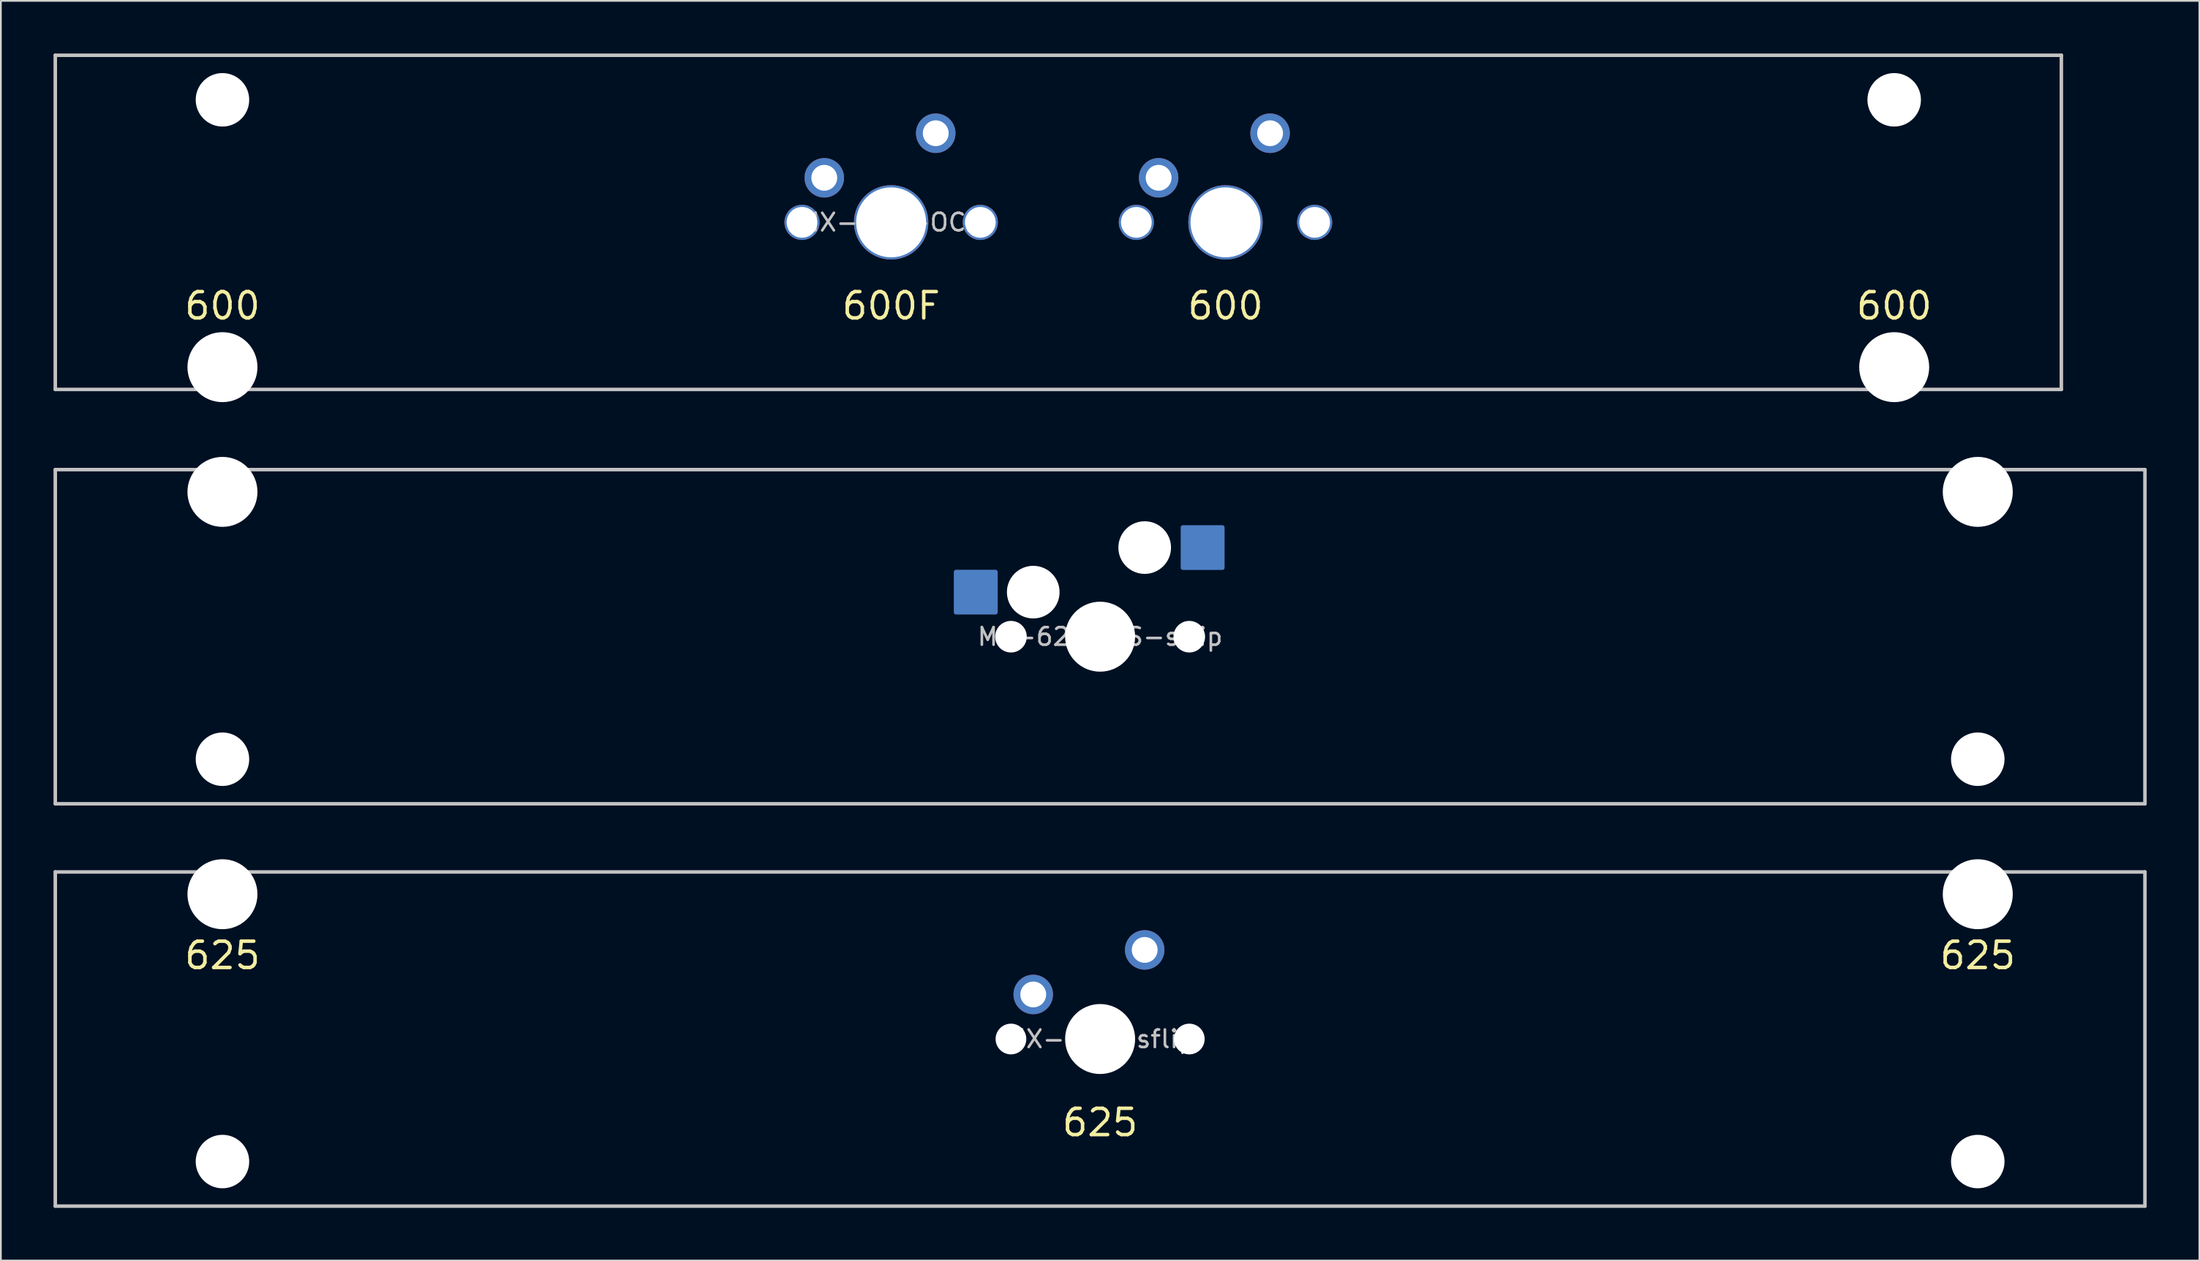
<source format=kicad_pcb>
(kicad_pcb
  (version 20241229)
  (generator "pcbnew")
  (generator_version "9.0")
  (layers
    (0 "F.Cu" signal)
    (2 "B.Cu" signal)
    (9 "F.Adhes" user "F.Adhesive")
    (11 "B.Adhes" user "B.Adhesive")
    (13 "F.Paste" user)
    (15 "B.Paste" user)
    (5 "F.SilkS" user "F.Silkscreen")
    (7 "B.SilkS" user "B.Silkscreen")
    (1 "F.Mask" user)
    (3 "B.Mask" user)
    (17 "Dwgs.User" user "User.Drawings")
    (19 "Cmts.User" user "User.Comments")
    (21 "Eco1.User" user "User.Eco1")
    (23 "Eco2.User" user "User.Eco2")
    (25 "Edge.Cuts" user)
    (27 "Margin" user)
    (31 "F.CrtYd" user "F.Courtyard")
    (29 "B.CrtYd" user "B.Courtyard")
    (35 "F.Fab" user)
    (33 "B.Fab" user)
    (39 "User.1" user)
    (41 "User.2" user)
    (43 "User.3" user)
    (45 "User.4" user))
  (footprint "MX-600-OC2"
    (layer "F.Cu")
    (at 57.25 9.625)
    (property "Reference" "MX-600-OC2" (at -9.525 0 0) (layer "Dwgs.User") (effects (font (size 1 1) (thickness 0.15))))
    (attr through_hole)
    (fp_line (start -57.15 9.525) (end -57.15 -9.525) (stroke (width 0.2) (type solid)) (layer "Dwgs.User"))
    (fp_line (start 57.15 -9.525) (end -57.15 -9.525) (stroke (width 0.2) (type solid)) (layer "Dwgs.User"))
    (fp_line (start 57.15 -9.525) (end 57.15 9.525) (stroke (width 0.2) (type solid)) (layer "Dwgs.User"))
    (fp_line (start 57.15 9.525) (end -57.15 9.525) (stroke (width 0.2) (type solid)) (layer "Dwgs.User"))
    (fp_line (start -51.055 -8.95) (end -51.055 10.25) (stroke (width 0.12) (type solid)) (layer "Eco1.User"))
    (fp_line (start -51.055 10.25) (end 51.055 10.25) (stroke (width 0.12) (type solid)) (layer "Eco1.User"))
    (fp_line (start -44.195 -8.95) (end -51.055 -8.95) (stroke (width 0.12) (type solid)) (layer "Eco1.User"))
    (fp_line (start -44.195 7) (end -44.195 -8.95) (stroke (width 0.12) (type solid)) (layer "Eco1.User"))
    (fp_line (start -16.525 -7) (end -16.525 7) (stroke (width 0.12) (type solid)) (layer "Eco1.User"))
    (fp_line (start -16.525 -7) (end -2.525 -7) (stroke (width 0.12) (type solid)) (layer "Eco1.User"))
    (fp_line (start -16.525 7) (end -44.195 7) (stroke (width 0.12) (type solid)) (layer "Eco1.User"))
    (fp_line (start -2.525 -7) (end -2.525 7) (stroke (width 0.12) (type solid)) (layer "Eco1.User"))
    (fp_line (start -2.525 7) (end 2.525 7) (stroke (width 0.12) (type solid)) (layer "Eco1.User"))
    (fp_line (start 2.525 -7) (end 2.525 7) (stroke (width 0.12) (type solid)) (layer "Eco1.User"))
    (fp_line (start 2.525 -7) (end 16.525 -7) (stroke (width 0.12) (type solid)) (layer "Eco1.User"))
    (fp_line (start 16.525 -7) (end 16.525 7) (stroke (width 0.12) (type solid)) (layer "Eco1.User"))
    (fp_line (start 44.195 -8.95) (end 44.195 7) (stroke (width 0.12) (type solid)) (layer "Eco1.User"))
    (fp_line (start 44.195 7) (end 16.525 7) (stroke (width 0.12) (type solid)) (layer "Eco1.User"))
    (fp_line (start 51.055 -8.95) (end 44.195 -8.95) (stroke (width 0.12) (type solid)) (layer "Eco1.User"))
    (fp_line (start 51.055 10.25) (end 51.055 -8.95) (stroke (width 0.12) (type solid)) (layer "Eco1.User"))
    (fp_circle (center -47.625 -6.985) (end -45.125 -6.985) (stroke (width 0.12) (type solid)) (fill no) (layer "Eco2.User"))
    (fp_circle (center 47.625 -6.985) (end 50.125 -6.985) (stroke (width 0.12) (type solid)) (fill no) (layer "Eco2.User"))
    (fp_text user "600" (at 9.525 4.763 0) (layer "F.SilkS") (effects (font (size 1.5 1.5) (thickness 0.2))))
    (fp_text user "600" (at -47.625 4.763 0) (layer "F.SilkS") (effects (font (size 1.5 1.5) (thickness 0.2))))
    (fp_text user "600F" (at -9.525 4.763 0) (layer "F.SilkS") (effects (font (size 1.5 1.5) (thickness 0.2))))
    (fp_text user "600" (at 47.625 4.763 0) (layer "F.SilkS") (effects (font (size 1.5 1.5) (thickness 0.2))))
    (pad "" np_thru_hole circle (at -47.625 -6.985) (size 3.048 3.048) (drill 3.048) (layers "*.Cu" "*.Mask"))
    (pad "" np_thru_hole circle (at -47.625 8.255) (size 3.988 3.988) (drill 3.988) (layers "*.Cu" "*.Mask"))
    (pad "" thru_hole circle (at -14.605 0) (size 2 2) (drill 1.75) (layers "*.Cu"))
    (pad "" thru_hole circle (at -9.525 0) (size 4.238 4.238) (drill 3.988) (layers "*.Cu"))
    (pad "" thru_hole circle (at -4.445 0) (size 2 2) (drill 1.75) (layers "*.Cu"))
    (pad "" thru_hole circle (at 4.445 0) (size 2 2) (drill 1.75) (layers "*.Cu"))
    (pad "" thru_hole circle (at 9.525 0) (size 4.238 4.238) (drill 3.988) (layers "*.Cu"))
    (pad "" thru_hole circle (at 14.605 0) (size 2 2) (drill 1.75) (layers "*.Cu"))
    (pad "" np_thru_hole circle (at 47.625 -6.985) (size 3.048 3.048) (drill 3.048) (layers "*.Cu" "*.Mask"))
    (pad "" np_thru_hole circle (at 47.625 8.255) (size 3.988 3.988) (drill 3.988) (layers "*.Cu" "*.Mask"))
    (pad "1" thru_hole circle (at -6.985 -5.08) (size 2.25 2.25) (drill 1.47) (layers "*.Cu" "B.Mask"))
    (pad "1" thru_hole circle (at 12.065 -5.08) (size 2.25 2.25) (drill 1.47) (layers "*.Cu" "B.Mask"))
    (pad "2" thru_hole circle (at -13.335 -2.54) (size 2.25 2.25) (drill 1.47) (layers "*.Cu" "B.Mask"))
    (pad "2" thru_hole circle (at 5.715 -2.54) (size 2.25 2.25) (drill 1.47) (layers "*.Cu" "B.Mask")))
  (footprint "MX-625-sflip"
    (layer "F.Cu")
    (at 59.631 56.18)
    (property "Reference" "MX-625-sflip" (at 0 0 0) (layer "Dwgs.User") (effects (font (size 1 1) (thickness 0.15))))
    (attr through_hole)
    (fp_line (start -59.531 -9.525) (end 59.531 -9.525) (stroke (width 0.2) (type solid)) (layer "Dwgs.User"))
    (fp_line (start -59.531 9.525) (end -59.531 -9.525) (stroke (width 0.2) (type solid)) (layer "Dwgs.User"))
    (fp_line (start -59.531 9.525) (end 59.531 9.525) (stroke (width 0.2) (type solid)) (layer "Dwgs.User"))
    (fp_line (start 59.531 -9.525) (end 59.531 9.525) (stroke (width 0.2) (type solid)) (layer "Dwgs.User"))
    (fp_line (start -53.436 -10.25) (end -53.436 8.95) (stroke (width 0.12) (type solid)) (layer "Eco1.User"))
    (fp_line (start -53.436 8.95) (end -46.576 8.95) (stroke (width 0.12) (type solid)) (layer "Eco1.User"))
    (fp_line (start -46.576 -7) (end -7 -7) (stroke (width 0.12) (type solid)) (layer "Eco1.User"))
    (fp_line (start -46.576 8.95) (end -46.576 -7) (stroke (width 0.12) (type solid)) (layer "Eco1.User"))
    (fp_line (start -7 7) (end -7 -7) (stroke (width 0.12) (type solid)) (layer "Eco1.User"))
    (fp_line (start 7 -7) (end 46.576 -7) (stroke (width 0.12) (type solid)) (layer "Eco1.User"))
    (fp_line (start 7 7) (end -7 7) (stroke (width 0.12) (type solid)) (layer "Eco1.User"))
    (fp_line (start 7 7) (end 7 -7) (stroke (width 0.12) (type solid)) (layer "Eco1.User"))
    (fp_line (start 46.576 -7) (end 46.576 8.95) (stroke (width 0.12) (type solid)) (layer "Eco1.User"))
    (fp_line (start 46.576 8.95) (end 53.436 8.95) (stroke (width 0.12) (type solid)) (layer "Eco1.User"))
    (fp_line (start 53.436 -10.25) (end -53.436 -10.25) (stroke (width 0.12) (type solid)) (layer "Eco1.User"))
    (fp_line (start 53.436 8.95) (end 53.436 -10.25) (stroke (width 0.12) (type solid)) (layer "Eco1.User"))
    (fp_circle (center -50.006 6.985) (end -52.506 6.985) (stroke (width 0.12) (type solid)) (fill no) (layer "Eco2.User"))
    (fp_circle (center 50.006 6.985) (end 47.506 6.985) (stroke (width 0.12) (type solid)) (fill no) (layer "Eco2.User"))
    (fp_text user "625" (at -50.006 -4.763 0) (layer "F.SilkS") (effects (font (size 1.5 1.5) (thickness 0.2))))
    (fp_text user "625" (at 50.006 -4.763 0) (layer "F.SilkS") (effects (font (size 1.5 1.5) (thickness 0.2))))
    (fp_text user "625" (at 0 4.763 0) (layer "F.SilkS") (effects (font (size 1.5 1.5) (thickness 0.2))))
    (pad "" np_thru_hole circle (at -50.006 -8.255 180) (size 3.988 3.988) (drill 3.988) (layers "*.Cu" "*.Mask"))
    (pad "" np_thru_hole circle (at -50.006 6.985 180) (size 3.048 3.048) (drill 3.048) (layers "*.Cu" "*.Mask"))
    (pad "" np_thru_hole circle (at -5.08 0) (size 1.75 1.75) (drill 1.75) (layers "*.Cu" "*.Mask"))
    (pad "" np_thru_hole circle (at 0 0) (size 3.988 3.988) (drill 3.988) (layers "*.Cu" "*.Mask"))
    (pad "" np_thru_hole circle (at 5.08 0) (size 1.75 1.75) (drill 1.75) (layers "*.Cu" "*.Mask"))
    (pad "" np_thru_hole circle (at 50.006 -8.255 180) (size 3.988 3.988) (drill 3.988) (layers "*.Cu" "*.Mask"))
    (pad "" np_thru_hole circle (at 50.006 6.985 180) (size 3.048 3.048) (drill 3.048) (layers "*.Cu" "*.Mask"))
    (pad "1" thru_hole circle (at 2.54 -5.08) (size 2.25 2.25) (drill 1.47) (layers "*.Cu" "B.Mask"))
    (pad "2" thru_hole circle (at -3.81 -2.54) (size 2.25 2.25) (drill 1.47) (layers "*.Cu" "B.Mask")))
  (footprint "MX-625-HS-sflip"
    (layer "F.Cu")
    (at 59.631 33.245)
    (property "Reference" "MX-625-HS-sflip" (at 0 0 0) (layer "Dwgs.User") (effects (font (size 1 1) (thickness 0.15))))
    (attr through_hole)
    (fp_line (start -59.531 -9.525) (end 59.531 -9.525) (stroke (width 0.2) (type solid)) (layer "Dwgs.User"))
    (fp_line (start -59.531 9.525) (end -59.531 -9.525) (stroke (width 0.2) (type solid)) (layer "Dwgs.User"))
    (fp_line (start -59.531 9.525) (end 59.531 9.525) (stroke (width 0.2) (type solid)) (layer "Dwgs.User"))
    (fp_line (start 59.531 -9.525) (end 59.531 9.525) (stroke (width 0.2) (type solid)) (layer "Dwgs.User"))
    (fp_line (start -53.436 -10.25) (end -53.436 8.95) (stroke (width 0.12) (type solid)) (layer "Eco1.User"))
    (fp_line (start -53.436 8.95) (end -46.576 8.95) (stroke (width 0.12) (type solid)) (layer "Eco1.User"))
    (fp_line (start -46.576 -7) (end -7 -7) (stroke (width 0.12) (type solid)) (layer "Eco1.User"))
    (fp_line (start -46.576 8.95) (end -46.576 -7) (stroke (width 0.12) (type solid)) (layer "Eco1.User"))
    (fp_line (start -7 7) (end -7 -7) (stroke (width 0.12) (type solid)) (layer "Eco1.User"))
    (fp_line (start 7 -7) (end 46.576 -7) (stroke (width 0.12) (type solid)) (layer "Eco1.User"))
    (fp_line (start 7 7) (end -7 7) (stroke (width 0.12) (type solid)) (layer "Eco1.User"))
    (fp_line (start 7 7) (end 7 -7) (stroke (width 0.12) (type solid)) (layer "Eco1.User"))
    (fp_line (start 46.576 -7) (end 46.576 8.95) (stroke (width 0.12) (type solid)) (layer "Eco1.User"))
    (fp_line (start 46.576 8.95) (end 53.436 8.95) (stroke (width 0.12) (type solid)) (layer "Eco1.User"))
    (fp_line (start 53.436 -10.25) (end -53.436 -10.25) (stroke (width 0.12) (type solid)) (layer "Eco1.User"))
    (fp_line (start 53.436 8.95) (end 53.436 -10.25) (stroke (width 0.12) (type solid)) (layer "Eco1.User"))
    (fp_circle (center -50.006 6.985) (end -52.506 6.985) (stroke (width 0.12) (type solid)) (fill no) (layer "Eco2.User"))
    (fp_circle (center 50.006 6.985) (end 47.506 6.985) (stroke (width 0.12) (type solid)) (fill no) (layer "Eco2.User"))
    (pad "" np_thru_hole circle (at -50.006 -8.255 180) (size 3.988 3.988) (drill 3.988) (layers "*.Cu" "*.Mask"))
    (pad "" np_thru_hole circle (at -50.006 6.985 180) (size 3.048 3.048) (drill 3.048) (layers "*.Cu" "*.Mask"))
    (pad "" np_thru_hole circle (at -5.08 0) (size 1.8 1.8) (drill 1.8) (layers "*.Cu" "*.Mask"))
    (pad "" np_thru_hole circle (at -3.81 -2.54) (size 3 3) (drill 3) (layers "*.Cu" "*.Mask"))
    (pad "" np_thru_hole circle (at 0 0) (size 3.988 3.988) (drill 3.988) (layers "*.Cu" "*.Mask"))
    (pad "" np_thru_hole circle (at 2.54 -5.08) (size 3 3) (drill 3) (layers "*.Cu" "*.Mask"))
    (pad "" np_thru_hole circle (at 5.08 0) (size 1.8 1.8) (drill 1.8) (layers "*.Cu" "*.Mask"))
    (pad "" np_thru_hole circle (at 50.006 -8.255 180) (size 3.988 3.988) (drill 3.988) (layers "*.Cu" "*.Mask"))
    (pad "" np_thru_hole circle (at 50.006 6.985 180) (size 3.048 3.048) (drill 3.048) (layers "*.Cu" "*.Mask"))
    (pad "1" smd roundrect (at 5.842 -5.08) (size 2.5 2.55) (layers "B.Cu" "B.Mask" "B.Paste") (roundrect_rratio 0.05))
    (pad "2" smd roundrect (at -7.085 -2.54) (size 2.5 2.55) (layers "B.Cu" "B.Mask" "B.Paste") (roundrect_rratio 0.05)))
  (gr_rect
    (start -3 -3)
    (end 122.263 68.805)
    (stroke (width 0.1) (type default))
    (fill no)
    (layer "Edge.Cuts")))
</source>
